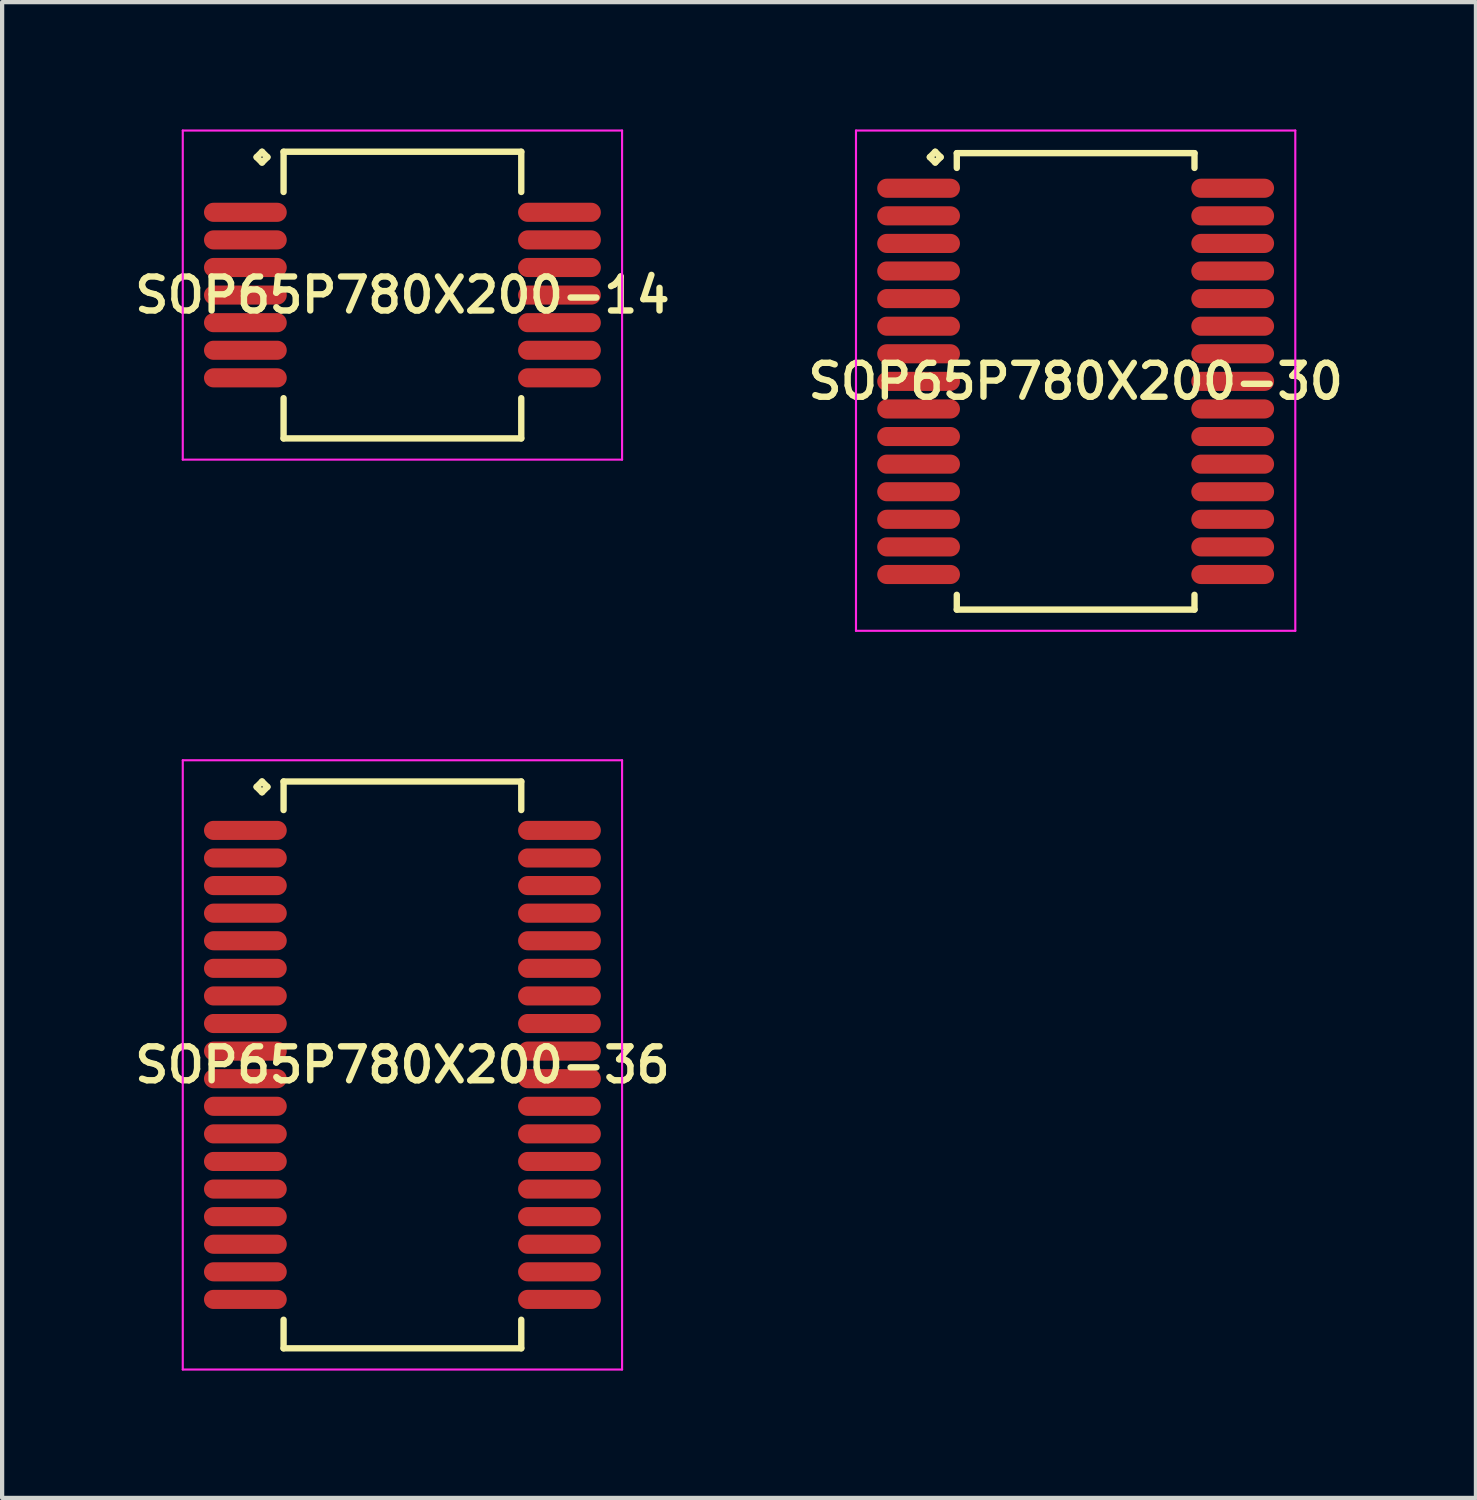
<source format=kicad_pcb>
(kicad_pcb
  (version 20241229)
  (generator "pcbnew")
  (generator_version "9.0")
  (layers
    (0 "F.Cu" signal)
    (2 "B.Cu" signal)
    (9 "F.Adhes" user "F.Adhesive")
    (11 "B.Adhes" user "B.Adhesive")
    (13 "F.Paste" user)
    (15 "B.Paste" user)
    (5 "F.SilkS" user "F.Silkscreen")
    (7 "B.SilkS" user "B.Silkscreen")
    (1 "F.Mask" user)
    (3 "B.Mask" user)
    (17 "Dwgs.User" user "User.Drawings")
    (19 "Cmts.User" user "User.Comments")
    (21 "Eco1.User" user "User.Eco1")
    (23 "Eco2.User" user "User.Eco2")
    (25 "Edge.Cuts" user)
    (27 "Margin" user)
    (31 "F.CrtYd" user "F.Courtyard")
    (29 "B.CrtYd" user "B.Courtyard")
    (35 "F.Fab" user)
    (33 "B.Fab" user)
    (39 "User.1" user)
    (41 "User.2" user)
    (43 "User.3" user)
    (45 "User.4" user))
  (footprint "SOP65P780X200-14"
    (layer "F.Cu")
    (at 6.431 3.902)
    (property "Reference" "SOP65P780X200-14" (at 0 0 0) (layer "F.SilkS") (effects (font (size 0.8 0.8) (thickness 0.15))))
    (attr smd)
    (fp_line (start -3.435 -3.25) (end -3.308 -3.377) (stroke (width 0.15) (type solid)) (layer "F.SilkS"))
    (fp_line (start -3.308 -3.377) (end -3.181 -3.25) (stroke (width 0.15) (type solid)) (layer "F.SilkS"))
    (fp_line (start -3.308 -3.123) (end -3.435 -3.25) (stroke (width 0.15) (type solid)) (layer "F.SilkS"))
    (fp_line (start -3.181 -3.25) (end -3.308 -3.123) (stroke (width 0.15) (type solid)) (layer "F.SilkS"))
    (fp_line (start -2.8 -3.377) (end 2.8 -3.377) (stroke (width 0.15) (type solid)) (layer "F.SilkS"))
    (fp_line (start -2.8 -2.429) (end -2.8 -3.377) (stroke (width 0.15) (type solid)) (layer "F.SilkS"))
    (fp_line (start -2.8 2.429) (end -2.8 3.377) (stroke (width 0.15) (type solid)) (layer "F.SilkS"))
    (fp_line (start -2.8 3.377) (end 2.8 3.377) (stroke (width 0.15) (type solid)) (layer "F.SilkS"))
    (fp_line (start 2.8 -3.377) (end 2.8 -2.429) (stroke (width 0.15) (type solid)) (layer "F.SilkS"))
    (fp_line (start 2.8 3.377) (end 2.8 2.429) (stroke (width 0.15) (type solid)) (layer "F.SilkS"))
    (fp_line (start -5.175 -3.877) (end 5.175 -3.877) (stroke (width 0.05) (type solid)) (layer "F.CrtYd"))
    (fp_line (start -5.175 3.877) (end -5.175 -3.877) (stroke (width 0.05) (type solid)) (layer "F.CrtYd"))
    (fp_line (start 5.175 -3.877) (end 5.175 3.877) (stroke (width 0.05) (type solid)) (layer "F.CrtYd"))
    (fp_line (start 5.175 3.877) (end -5.175 3.877) (stroke (width 0.05) (type solid)) (layer "F.CrtYd"))
    (pad "1" smd oval (at -3.7 -1.95) (size 1.95 0.45) (layers "F.Cu" "F.Mask" "F.Paste"))
    (pad "2" smd oval (at -3.7 -1.3) (size 1.95 0.45) (layers "F.Cu" "F.Mask" "F.Paste"))
    (pad "3" smd oval (at -3.7 -0.65) (size 1.95 0.45) (layers "F.Cu" "F.Mask" "F.Paste"))
    (pad "4" smd oval (at -3.7 0) (size 1.95 0.45) (layers "F.Cu" "F.Mask" "F.Paste"))
    (pad "5" smd oval (at -3.7 0.65) (size 1.95 0.45) (layers "F.Cu" "F.Mask" "F.Paste"))
    (pad "6" smd oval (at -3.7 1.3) (size 1.95 0.45) (layers "F.Cu" "F.Mask" "F.Paste"))
    (pad "7" smd oval (at -3.7 1.95) (size 1.95 0.45) (layers "F.Cu" "F.Mask" "F.Paste"))
    (pad "8" smd oval (at 3.7 1.95) (size 1.95 0.45) (layers "F.Cu" "F.Mask" "F.Paste"))
    (pad "9" smd oval (at 3.7 1.3) (size 1.95 0.45) (layers "F.Cu" "F.Mask" "F.Paste"))
    (pad "10" smd oval (at 3.7 0.65) (size 1.95 0.45) (layers "F.Cu" "F.Mask" "F.Paste"))
    (pad "11" smd oval (at 3.7 0) (size 1.95 0.45) (layers "F.Cu" "F.Mask" "F.Paste"))
    (pad "12" smd oval (at 3.7 -0.65) (size 1.95 0.45) (layers "F.Cu" "F.Mask" "F.Paste"))
    (pad "13" smd oval (at 3.7 -1.3) (size 1.95 0.45) (layers "F.Cu" "F.Mask" "F.Paste"))
    (pad "14" smd oval (at 3.7 -1.95) (size 1.95 0.45) (layers "F.Cu" "F.Mask" "F.Paste")))
  (footprint "SOP65P780X200-36"
    (layer "F.Cu")
    (at 6.431 22.039)
    (property "Reference" "SOP65P780X200-36" (at 0 0 0) (layer "F.SilkS") (effects (font (size 0.8 0.8) (thickness 0.15))))
    (attr smd)
    (fp_line (start -3.435 -6.55) (end -3.308 -6.677) (stroke (width 0.15) (type solid)) (layer "F.SilkS"))
    (fp_line (start -3.308 -6.677) (end -3.181 -6.55) (stroke (width 0.15) (type solid)) (layer "F.SilkS"))
    (fp_line (start -3.308 -6.423) (end -3.435 -6.55) (stroke (width 0.15) (type solid)) (layer "F.SilkS"))
    (fp_line (start -3.181 -6.55) (end -3.308 -6.423) (stroke (width 0.15) (type solid)) (layer "F.SilkS"))
    (fp_line (start -2.8 -6.677) (end 2.8 -6.677) (stroke (width 0.15) (type solid)) (layer "F.SilkS"))
    (fp_line (start -2.8 -6.004) (end -2.8 -6.677) (stroke (width 0.15) (type solid)) (layer "F.SilkS"))
    (fp_line (start -2.8 6.004) (end -2.8 6.677) (stroke (width 0.15) (type solid)) (layer "F.SilkS"))
    (fp_line (start -2.8 6.677) (end 2.8 6.677) (stroke (width 0.15) (type solid)) (layer "F.SilkS"))
    (fp_line (start 2.8 -6.677) (end 2.8 -6.004) (stroke (width 0.15) (type solid)) (layer "F.SilkS"))
    (fp_line (start 2.8 6.677) (end 2.8 6.004) (stroke (width 0.15) (type solid)) (layer "F.SilkS"))
    (fp_line (start -5.175 -7.177) (end 5.175 -7.177) (stroke (width 0.05) (type solid)) (layer "F.CrtYd"))
    (fp_line (start -5.175 7.177) (end -5.175 -7.177) (stroke (width 0.05) (type solid)) (layer "F.CrtYd"))
    (fp_line (start 5.175 -7.177) (end 5.175 7.177) (stroke (width 0.05) (type solid)) (layer "F.CrtYd"))
    (fp_line (start 5.175 7.177) (end -5.175 7.177) (stroke (width 0.05) (type solid)) (layer "F.CrtYd"))
    (pad "1" smd oval (at -3.7 -5.525) (size 1.95 0.45) (layers "F.Cu" "F.Mask" "F.Paste"))
    (pad "2" smd oval (at -3.7 -4.875) (size 1.95 0.45) (layers "F.Cu" "F.Mask" "F.Paste"))
    (pad "3" smd oval (at -3.7 -4.225) (size 1.95 0.45) (layers "F.Cu" "F.Mask" "F.Paste"))
    (pad "4" smd oval (at -3.7 -3.575) (size 1.95 0.45) (layers "F.Cu" "F.Mask" "F.Paste"))
    (pad "5" smd oval (at -3.7 -2.925) (size 1.95 0.45) (layers "F.Cu" "F.Mask" "F.Paste"))
    (pad "6" smd oval (at -3.7 -2.275) (size 1.95 0.45) (layers "F.Cu" "F.Mask" "F.Paste"))
    (pad "7" smd oval (at -3.7 -1.625) (size 1.95 0.45) (layers "F.Cu" "F.Mask" "F.Paste"))
    (pad "8" smd oval (at -3.7 -0.975) (size 1.95 0.45) (layers "F.Cu" "F.Mask" "F.Paste"))
    (pad "9" smd oval (at -3.7 -0.325) (size 1.95 0.45) (layers "F.Cu" "F.Mask" "F.Paste"))
    (pad "10" smd oval (at -3.7 0.325) (size 1.95 0.45) (layers "F.Cu" "F.Mask" "F.Paste"))
    (pad "11" smd oval (at -3.7 0.975) (size 1.95 0.45) (layers "F.Cu" "F.Mask" "F.Paste"))
    (pad "12" smd oval (at -3.7 1.625) (size 1.95 0.45) (layers "F.Cu" "F.Mask" "F.Paste"))
    (pad "13" smd oval (at -3.7 2.275) (size 1.95 0.45) (layers "F.Cu" "F.Mask" "F.Paste"))
    (pad "14" smd oval (at -3.7 2.925) (size 1.95 0.45) (layers "F.Cu" "F.Mask" "F.Paste"))
    (pad "15" smd oval (at -3.7 3.575) (size 1.95 0.45) (layers "F.Cu" "F.Mask" "F.Paste"))
    (pad "16" smd oval (at -3.7 4.225) (size 1.95 0.45) (layers "F.Cu" "F.Mask" "F.Paste"))
    (pad "17" smd oval (at -3.7 4.875) (size 1.95 0.45) (layers "F.Cu" "F.Mask" "F.Paste"))
    (pad "18" smd oval (at -3.7 5.525) (size 1.95 0.45) (layers "F.Cu" "F.Mask" "F.Paste"))
    (pad "19" smd oval (at 3.7 5.525) (size 1.95 0.45) (layers "F.Cu" "F.Mask" "F.Paste"))
    (pad "20" smd oval (at 3.7 4.875) (size 1.95 0.45) (layers "F.Cu" "F.Mask" "F.Paste"))
    (pad "21" smd oval (at 3.7 4.225) (size 1.95 0.45) (layers "F.Cu" "F.Mask" "F.Paste"))
    (pad "22" smd oval (at 3.7 3.575) (size 1.95 0.45) (layers "F.Cu" "F.Mask" "F.Paste"))
    (pad "23" smd oval (at 3.7 2.925) (size 1.95 0.45) (layers "F.Cu" "F.Mask" "F.Paste"))
    (pad "24" smd oval (at 3.7 2.275) (size 1.95 0.45) (layers "F.Cu" "F.Mask" "F.Paste"))
    (pad "25" smd oval (at 3.7 1.625) (size 1.95 0.45) (layers "F.Cu" "F.Mask" "F.Paste"))
    (pad "26" smd oval (at 3.7 0.975) (size 1.95 0.45) (layers "F.Cu" "F.Mask" "F.Paste"))
    (pad "27" smd oval (at 3.7 0.325) (size 1.95 0.45) (layers "F.Cu" "F.Mask" "F.Paste"))
    (pad "28" smd oval (at 3.7 -0.325) (size 1.95 0.45) (layers "F.Cu" "F.Mask" "F.Paste"))
    (pad "29" smd oval (at 3.7 -0.975) (size 1.95 0.45) (layers "F.Cu" "F.Mask" "F.Paste"))
    (pad "30" smd oval (at 3.7 -1.625) (size 1.95 0.45) (layers "F.Cu" "F.Mask" "F.Paste"))
    (pad "31" smd oval (at 3.7 -2.275) (size 1.95 0.45) (layers "F.Cu" "F.Mask" "F.Paste"))
    (pad "32" smd oval (at 3.7 -2.925) (size 1.95 0.45) (layers "F.Cu" "F.Mask" "F.Paste"))
    (pad "33" smd oval (at 3.7 -3.575) (size 1.95 0.45) (layers "F.Cu" "F.Mask" "F.Paste"))
    (pad "34" smd oval (at 3.7 -4.225) (size 1.95 0.45) (layers "F.Cu" "F.Mask" "F.Paste"))
    (pad "35" smd oval (at 3.7 -4.875) (size 1.95 0.45) (layers "F.Cu" "F.Mask" "F.Paste"))
    (pad "36" smd oval (at 3.7 -5.525) (size 1.95 0.45) (layers "F.Cu" "F.Mask" "F.Paste")))
  (footprint "SOP65P780X200-30"
    (layer "F.Cu")
    (at 22.292 5.935)
    (property "Reference" "SOP65P780X200-30" (at 0 0 0) (layer "F.SilkS") (effects (font (size 0.8 0.8) (thickness 0.15))))
    (attr smd)
    (fp_line (start -3.435 -5.283) (end -3.308 -5.41) (stroke (width 0.15) (type solid)) (layer "F.SilkS"))
    (fp_line (start -3.308 -5.41) (end -3.181 -5.283) (stroke (width 0.15) (type solid)) (layer "F.SilkS"))
    (fp_line (start -3.308 -5.156) (end -3.435 -5.283) (stroke (width 0.15) (type solid)) (layer "F.SilkS"))
    (fp_line (start -3.181 -5.283) (end -3.308 -5.156) (stroke (width 0.15) (type solid)) (layer "F.SilkS"))
    (fp_line (start -2.8 -5.377) (end 2.8 -5.377) (stroke (width 0.15) (type solid)) (layer "F.SilkS"))
    (fp_line (start -2.8 -5.029) (end -2.8 -5.377) (stroke (width 0.15) (type solid)) (layer "F.SilkS"))
    (fp_line (start -2.8 5.029) (end -2.8 5.377) (stroke (width 0.15) (type solid)) (layer "F.SilkS"))
    (fp_line (start -2.8 5.377) (end 2.8 5.377) (stroke (width 0.15) (type solid)) (layer "F.SilkS"))
    (fp_line (start 2.8 -5.377) (end 2.8 -5.029) (stroke (width 0.15) (type solid)) (layer "F.SilkS"))
    (fp_line (start 2.8 5.377) (end 2.8 5.029) (stroke (width 0.15) (type solid)) (layer "F.SilkS"))
    (fp_line (start -5.175 -5.91) (end 5.175 -5.91) (stroke (width 0.05) (type solid)) (layer "F.CrtYd"))
    (fp_line (start -5.175 5.877) (end -5.175 -5.91) (stroke (width 0.05) (type solid)) (layer "F.CrtYd"))
    (fp_line (start 5.175 -5.91) (end 5.175 5.877) (stroke (width 0.05) (type solid)) (layer "F.CrtYd"))
    (fp_line (start 5.175 5.877) (end -5.175 5.877) (stroke (width 0.05) (type solid)) (layer "F.CrtYd"))
    (pad "1" smd oval (at -3.7 -4.55) (size 1.95 0.45) (layers "F.Cu" "F.Mask" "F.Paste"))
    (pad "2" smd oval (at -3.7 -3.9) (size 1.95 0.45) (layers "F.Cu" "F.Mask" "F.Paste"))
    (pad "3" smd oval (at -3.7 -3.25) (size 1.95 0.45) (layers "F.Cu" "F.Mask" "F.Paste"))
    (pad "4" smd oval (at -3.7 -2.6) (size 1.95 0.45) (layers "F.Cu" "F.Mask" "F.Paste"))
    (pad "5" smd oval (at -3.7 -1.95) (size 1.95 0.45) (layers "F.Cu" "F.Mask" "F.Paste"))
    (pad "6" smd oval (at -3.7 -1.3) (size 1.95 0.45) (layers "F.Cu" "F.Mask" "F.Paste"))
    (pad "7" smd oval (at -3.7 -0.65) (size 1.95 0.45) (layers "F.Cu" "F.Mask" "F.Paste"))
    (pad "8" smd oval (at -3.7 0) (size 1.95 0.45) (layers "F.Cu" "F.Mask" "F.Paste"))
    (pad "9" smd oval (at -3.7 0.65) (size 1.95 0.45) (layers "F.Cu" "F.Mask" "F.Paste"))
    (pad "10" smd oval (at -3.7 1.3) (size 1.95 0.45) (layers "F.Cu" "F.Mask" "F.Paste"))
    (pad "11" smd oval (at -3.7 1.95) (size 1.95 0.45) (layers "F.Cu" "F.Mask" "F.Paste"))
    (pad "12" smd oval (at -3.7 2.6) (size 1.95 0.45) (layers "F.Cu" "F.Mask" "F.Paste"))
    (pad "13" smd oval (at -3.7 3.25) (size 1.95 0.45) (layers "F.Cu" "F.Mask" "F.Paste"))
    (pad "14" smd oval (at -3.7 3.9) (size 1.95 0.45) (layers "F.Cu" "F.Mask" "F.Paste"))
    (pad "15" smd oval (at -3.7 4.55) (size 1.95 0.45) (layers "F.Cu" "F.Mask" "F.Paste"))
    (pad "16" smd oval (at 3.7 4.55) (size 1.95 0.45) (layers "F.Cu" "F.Mask" "F.Paste"))
    (pad "17" smd oval (at 3.7 3.9) (size 1.95 0.45) (layers "F.Cu" "F.Mask" "F.Paste"))
    (pad "18" smd oval (at 3.7 3.25) (size 1.95 0.45) (layers "F.Cu" "F.Mask" "F.Paste"))
    (pad "19" smd oval (at 3.7 2.6) (size 1.95 0.45) (layers "F.Cu" "F.Mask" "F.Paste"))
    (pad "20" smd oval (at 3.7 1.95) (size 1.95 0.45) (layers "F.Cu" "F.Mask" "F.Paste"))
    (pad "21" smd oval (at 3.7 1.3) (size 1.95 0.45) (layers "F.Cu" "F.Mask" "F.Paste"))
    (pad "22" smd oval (at 3.7 0.65) (size 1.95 0.45) (layers "F.Cu" "F.Mask" "F.Paste"))
    (pad "23" smd oval (at 3.7 0) (size 1.95 0.45) (layers "F.Cu" "F.Mask" "F.Paste"))
    (pad "24" smd oval (at 3.7 -0.65) (size 1.95 0.45) (layers "F.Cu" "F.Mask" "F.Paste"))
    (pad "25" smd oval (at 3.7 -1.3) (size 1.95 0.45) (layers "F.Cu" "F.Mask" "F.Paste"))
    (pad "26" smd oval (at 3.7 -1.95) (size 1.95 0.45) (layers "F.Cu" "F.Mask" "F.Paste"))
    (pad "27" smd oval (at 3.7 -2.6) (size 1.95 0.45) (layers "F.Cu" "F.Mask" "F.Paste"))
    (pad "28" smd oval (at 3.7 -3.25) (size 1.95 0.45) (layers "F.Cu" "F.Mask" "F.Paste"))
    (pad "29" smd oval (at 3.7 -3.9) (size 1.95 0.45) (layers "F.Cu" "F.Mask" "F.Paste"))
    (pad "30" smd oval (at 3.7 -4.55) (size 1.95 0.45) (layers "F.Cu" "F.Mask" "F.Paste")))
  (gr_rect
    (start -3 -3)
    (end 31.723 32.241)
    (stroke (width 0.1) (type default))
    (fill no)
    (layer "Edge.Cuts")))
</source>
